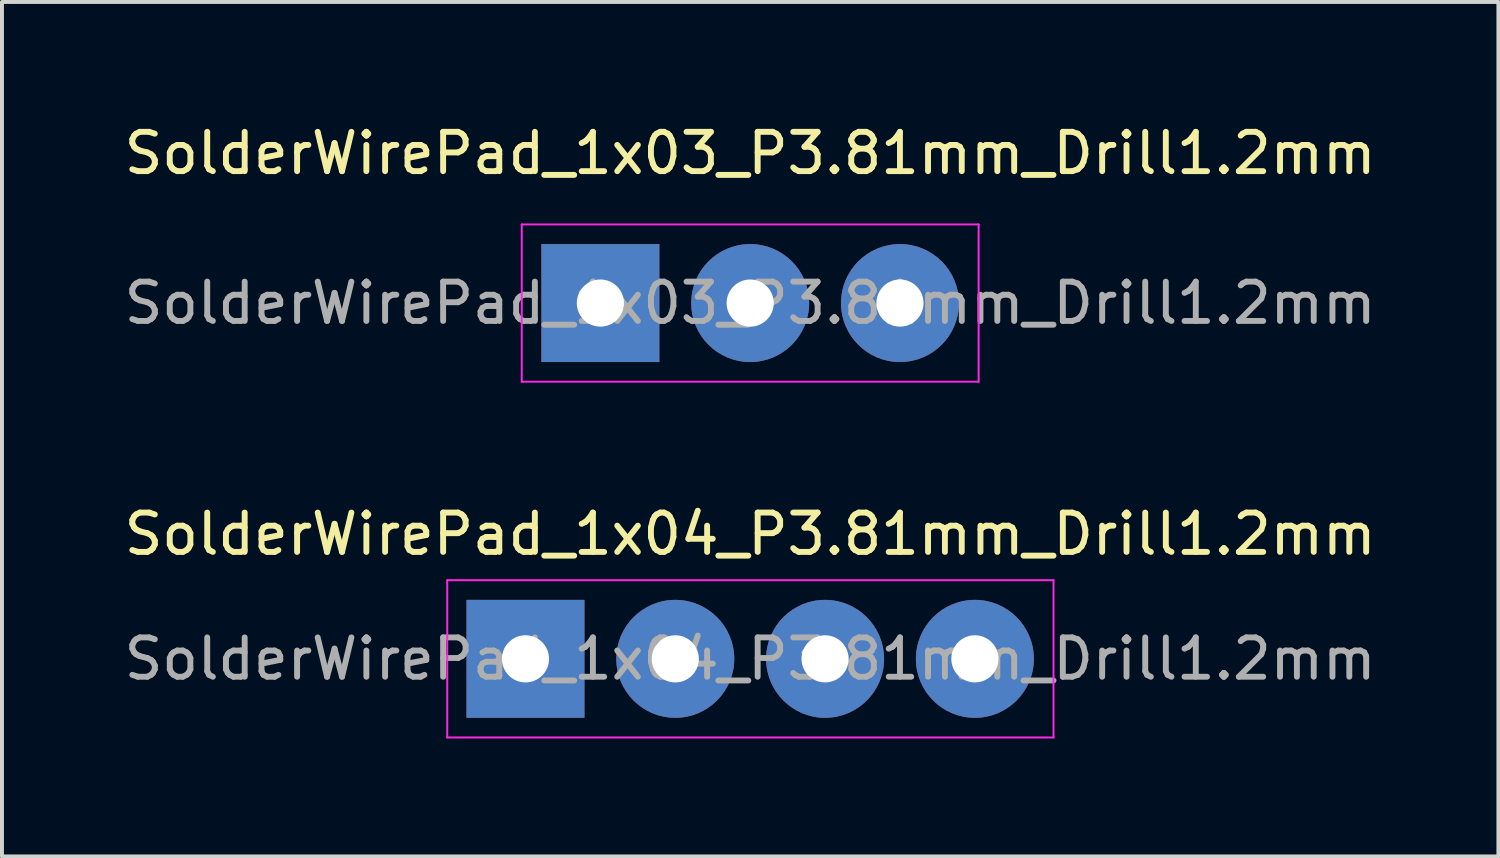
<source format=kicad_pcb>
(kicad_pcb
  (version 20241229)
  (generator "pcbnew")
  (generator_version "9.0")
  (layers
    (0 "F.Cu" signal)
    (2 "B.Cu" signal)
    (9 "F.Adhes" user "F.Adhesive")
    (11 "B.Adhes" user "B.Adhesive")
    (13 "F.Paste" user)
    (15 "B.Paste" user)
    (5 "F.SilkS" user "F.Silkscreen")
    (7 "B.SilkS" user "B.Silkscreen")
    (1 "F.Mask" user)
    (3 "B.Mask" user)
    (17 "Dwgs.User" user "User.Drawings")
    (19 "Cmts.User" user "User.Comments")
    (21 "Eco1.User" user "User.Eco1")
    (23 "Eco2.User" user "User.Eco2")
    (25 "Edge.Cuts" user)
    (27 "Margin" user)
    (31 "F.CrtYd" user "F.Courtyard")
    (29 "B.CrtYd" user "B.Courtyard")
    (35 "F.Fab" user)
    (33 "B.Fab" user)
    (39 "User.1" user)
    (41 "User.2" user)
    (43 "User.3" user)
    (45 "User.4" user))
  (footprint "SolderWirePad_1x03_P3.81mm_Drill1.2mm"
    (layer "F.Cu")
    (at 12.22 4.658)
    (property "Reference" "SolderWirePad_1x03_P3.81mm_Drill1.2mm" (at 3.81 -3.81 0) (layer "F.SilkS") (effects (font (size 1 1) (thickness 0.15))))
    (attr exclude_from_pos_files exclude_from_bom)
    (fp_line (start -2 -2) (end -2 2) (stroke (width 0.05) (type solid)) (layer "F.CrtYd"))
    (fp_line (start -2 -2) (end 9.62 -2) (stroke (width 0.05) (type solid)) (layer "F.CrtYd"))
    (fp_line (start 9.62 2) (end -2 2) (stroke (width 0.05) (type solid)) (layer "F.CrtYd"))
    (fp_line (start 9.62 2) (end 9.62 -2) (stroke (width 0.05) (type solid)) (layer "F.CrtYd"))
    (fp_text user "${REFERENCE}" (at 3.81 0 0) (layer "F.Fab") (effects (font (size 1 1) (thickness 0.15))))
    (pad "1" thru_hole rect (at 0 0) (size 3 3) (drill 1.199) (layers "*.Cu" "*.Mask"))
    (pad "2" thru_hole circle (at 3.81 0) (size 3 3) (drill 1.199) (layers "*.Cu" "*.Mask"))
    (pad "3" thru_hole circle (at 7.62 0) (size 3 3) (drill 1.199) (layers "*.Cu" "*.Mask")))
  (footprint "SolderWirePad_1x04_P3.81mm_Drill1.2mm"
    (layer "F.Cu")
    (at 10.315 13.707)
    (property "Reference" "SolderWirePad_1x04_P3.81mm_Drill1.2mm" (at 5.715 -3.175 0) (layer "F.SilkS") (effects (font (size 1 1) (thickness 0.15))))
    (attr exclude_from_pos_files exclude_from_bom)
    (fp_line (start -1.99 -2) (end -1.99 2) (stroke (width 0.05) (type solid)) (layer "F.CrtYd"))
    (fp_line (start -1.99 -2) (end 13.43 -2) (stroke (width 0.05) (type solid)) (layer "F.CrtYd"))
    (fp_line (start 13.43 2) (end -1.99 2) (stroke (width 0.05) (type solid)) (layer "F.CrtYd"))
    (fp_line (start 13.43 2) (end 13.43 -2) (stroke (width 0.05) (type solid)) (layer "F.CrtYd"))
    (fp_text user "${REFERENCE}" (at 5.715 0 0) (layer "F.Fab") (effects (font (size 1 1) (thickness 0.15))))
    (pad "1" thru_hole rect (at 0 0) (size 3 3) (drill 1.199) (layers "*.Cu" "*.Mask"))
    (pad "2" thru_hole circle (at 3.81 0) (size 3 3) (drill 1.199) (layers "*.Cu" "*.Mask"))
    (pad "3" thru_hole circle (at 7.62 0) (size 3 3) (drill 1.199) (layers "*.Cu" "*.Mask"))
    (pad "4" thru_hole circle (at 11.43 0) (size 3 3) (drill 1.199) (layers "*.Cu" "*.Mask")))
  (gr_rect
    (start -3 -3)
    (end 35.06 18.732)
    (stroke (width 0.1) (type default))
    (fill no)
    (layer "Edge.Cuts")))
</source>
